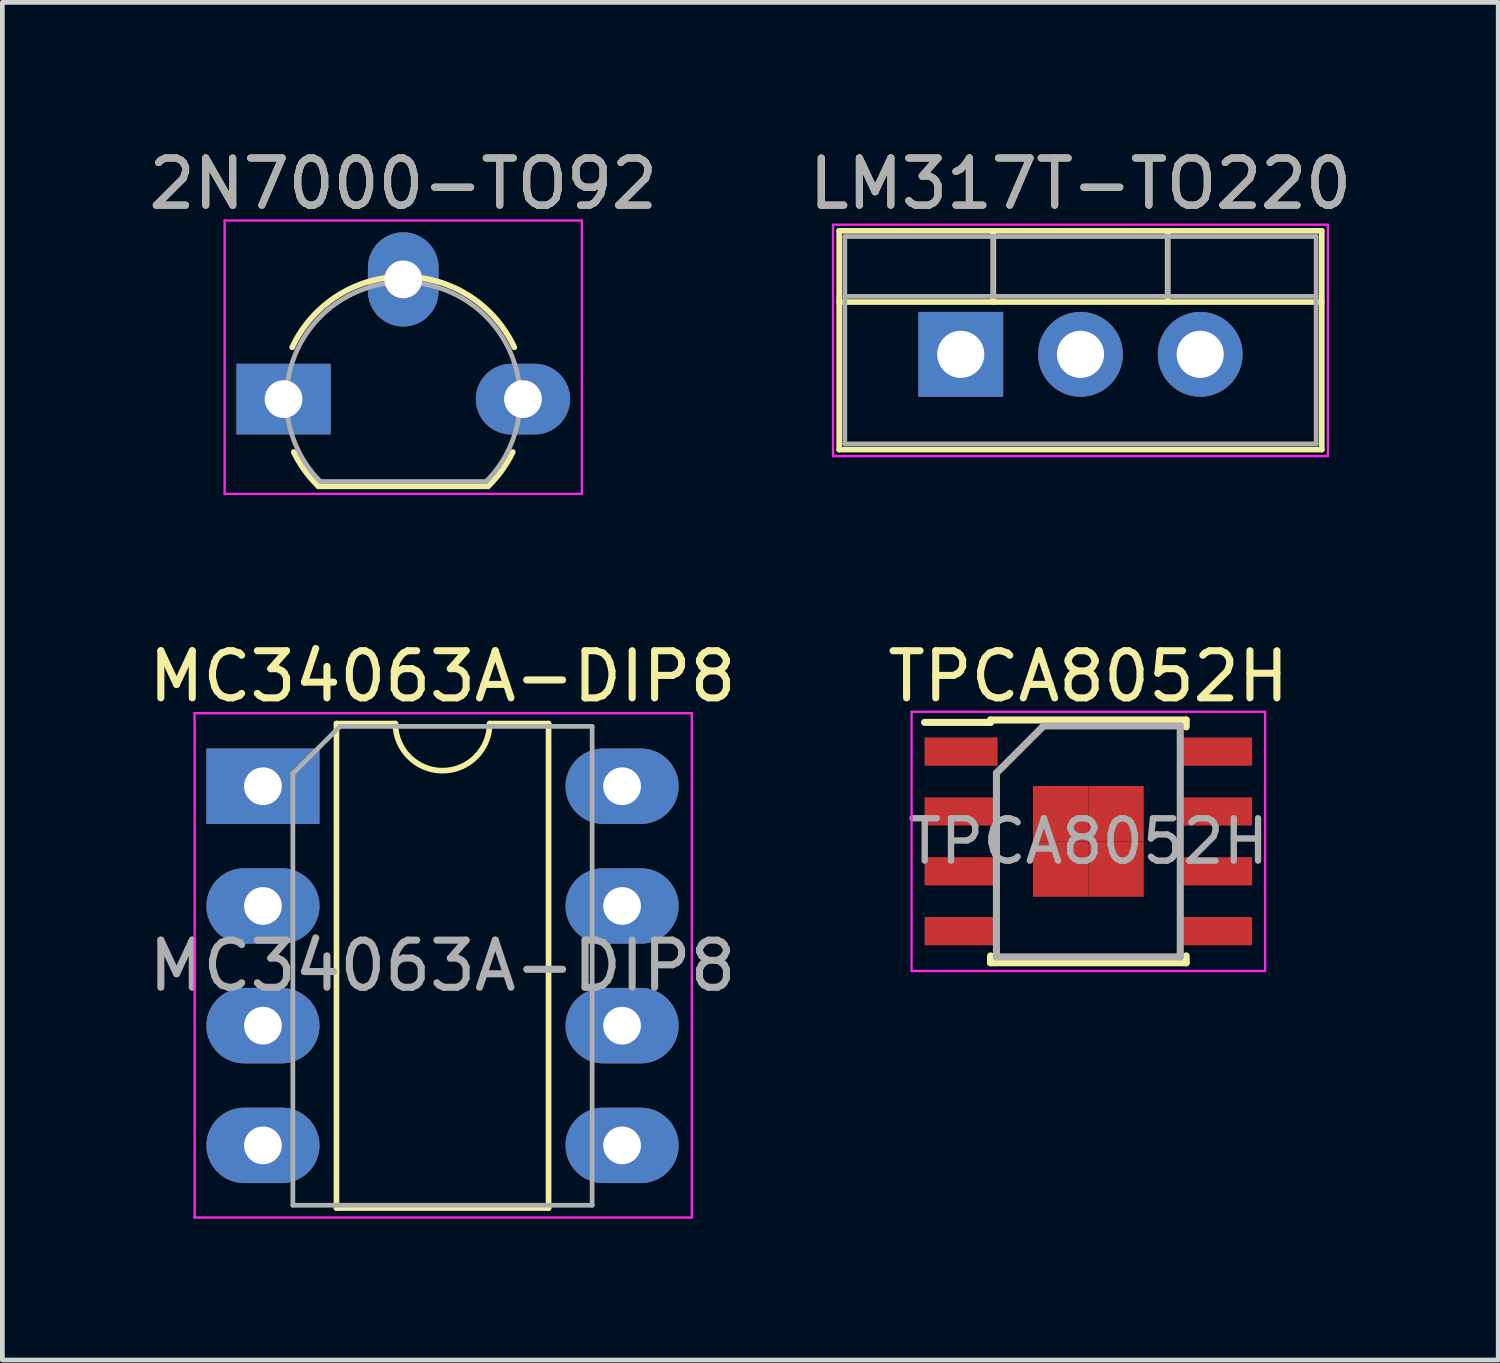
<source format=kicad_pcb>
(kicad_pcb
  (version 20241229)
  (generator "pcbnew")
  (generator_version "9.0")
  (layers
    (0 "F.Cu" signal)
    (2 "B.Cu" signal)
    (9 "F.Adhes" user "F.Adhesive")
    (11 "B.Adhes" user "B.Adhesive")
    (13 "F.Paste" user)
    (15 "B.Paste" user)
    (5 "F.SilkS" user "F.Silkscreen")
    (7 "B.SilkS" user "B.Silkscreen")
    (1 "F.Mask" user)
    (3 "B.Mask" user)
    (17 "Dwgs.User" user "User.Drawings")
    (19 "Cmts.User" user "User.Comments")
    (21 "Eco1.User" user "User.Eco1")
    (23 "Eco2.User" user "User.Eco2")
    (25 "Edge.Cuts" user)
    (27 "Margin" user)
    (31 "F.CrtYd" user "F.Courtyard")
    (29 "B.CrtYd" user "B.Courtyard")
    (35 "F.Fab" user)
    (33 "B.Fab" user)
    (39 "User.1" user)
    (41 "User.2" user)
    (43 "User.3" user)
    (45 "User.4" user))
  (footprint "LM317T-TO220"
    (layer "F.Cu")
    (at 17.335 4.468)
    (property "Reference" "LM317T-TO220" (at 2.54 -3.62 0) (layer "F.SilkS") (effects (font (size 1 1) (thickness 0.15))))
    (attr through_hole)
    (fp_line (start -2.58 -2.62) (end -2.58 2.021) (stroke (width 0.12) (type solid)) (layer "F.SilkS"))
    (fp_line (start -2.58 -2.62) (end 7.66 -2.62) (stroke (width 0.12) (type solid)) (layer "F.SilkS"))
    (fp_line (start -2.58 -1.11) (end 7.66 -1.11) (stroke (width 0.12) (type solid)) (layer "F.SilkS"))
    (fp_line (start -2.58 2.021) (end 7.66 2.021) (stroke (width 0.12) (type solid)) (layer "F.SilkS"))
    (fp_line (start 0.69 -2.62) (end 0.69 -1.11) (stroke (width 0.12) (type solid)) (layer "F.SilkS"))
    (fp_line (start 4.391 -2.62) (end 4.391 -1.11) (stroke (width 0.12) (type solid)) (layer "F.SilkS"))
    (fp_line (start 7.66 -2.62) (end 7.66 2.021) (stroke (width 0.12) (type solid)) (layer "F.SilkS"))
    (fp_line (start -2.71 -2.75) (end -2.71 2.16) (stroke (width 0.05) (type solid)) (layer "F.CrtYd"))
    (fp_line (start -2.71 2.16) (end 7.79 2.16) (stroke (width 0.05) (type solid)) (layer "F.CrtYd"))
    (fp_line (start 7.79 -2.75) (end -2.71 -2.75) (stroke (width 0.05) (type solid)) (layer "F.CrtYd"))
    (fp_line (start 7.79 2.16) (end 7.79 -2.75) (stroke (width 0.05) (type solid)) (layer "F.CrtYd"))
    (fp_line (start -2.46 -2.5) (end -2.46 1.9) (stroke (width 0.1) (type solid)) (layer "F.Fab"))
    (fp_line (start -2.46 -1.23) (end 7.54 -1.23) (stroke (width 0.1) (type solid)) (layer "F.Fab"))
    (fp_line (start -2.46 1.9) (end 7.54 1.9) (stroke (width 0.1) (type solid)) (layer "F.Fab"))
    (fp_line (start 0.69 -2.5) (end 0.69 -1.23) (stroke (width 0.1) (type solid)) (layer "F.Fab"))
    (fp_line (start 4.39 -2.5) (end 4.39 -1.23) (stroke (width 0.1) (type solid)) (layer "F.Fab"))
    (fp_line (start 7.54 -2.5) (end -2.46 -2.5) (stroke (width 0.1) (type solid)) (layer "F.Fab"))
    (fp_line (start 7.54 1.9) (end 7.54 -2.5) (stroke (width 0.1) (type solid)) (layer "F.Fab"))
    (fp_text user "${REFERENCE}" (at 2.54 -3.62 0) (layer "F.Fab") (effects (font (size 1 1) (thickness 0.15))))
    (pad "1" thru_hole rect (at 0 0) (size 1.8 1.8) (drill 1) (layers "*.Cu" "*.Mask"))
    (pad "2" thru_hole oval (at 2.54 0) (size 1.8 1.8) (drill 1) (layers "*.Cu" "*.Mask"))
    (pad "3" thru_hole oval (at 5.08 0) (size 1.8 1.8) (drill 1) (layers "*.Cu" "*.Mask")))
  (footprint "MC34063A-DIP8"
    (layer "F.Cu")
    (at 2.529 13.632)
    (property "Reference" "MC34063A-DIP8" (at 3.81 -2.33 0) (layer "F.SilkS") (effects (font (size 1 1) (thickness 0.15))))
    (attr through_hole)
    (fp_line (start 1.56 -1.33) (end 1.56 8.95) (stroke (width 0.12) (type solid)) (layer "F.SilkS"))
    (fp_line (start 1.56 8.95) (end 6.06 8.95) (stroke (width 0.12) (type solid)) (layer "F.SilkS"))
    (fp_line (start 2.81 -1.33) (end 1.56 -1.33) (stroke (width 0.12) (type solid)) (layer "F.SilkS"))
    (fp_line (start 6.06 -1.33) (end 4.81 -1.33) (stroke (width 0.12) (type solid)) (layer "F.SilkS"))
    (fp_line (start 6.06 8.95) (end 6.06 -1.33) (stroke (width 0.12) (type solid)) (layer "F.SilkS"))
    (fp_arc (start 4.81 -1.33) (mid 3.81 -0.33) (end 2.81 -1.33) (stroke (width 0.12) (type solid)) (layer "F.SilkS"))
    (fp_line (start -1.45 -1.55) (end -1.45 9.15) (stroke (width 0.05) (type solid)) (layer "F.CrtYd"))
    (fp_line (start -1.45 9.15) (end 9.1 9.15) (stroke (width 0.05) (type solid)) (layer "F.CrtYd"))
    (fp_line (start 9.1 -1.55) (end -1.45 -1.55) (stroke (width 0.05) (type solid)) (layer "F.CrtYd"))
    (fp_line (start 9.1 9.15) (end 9.1 -1.55) (stroke (width 0.05) (type solid)) (layer "F.CrtYd"))
    (fp_line (start 0.635 -0.27) (end 1.635 -1.27) (stroke (width 0.1) (type solid)) (layer "F.Fab"))
    (fp_line (start 0.635 8.89) (end 0.635 -0.27) (stroke (width 0.1) (type solid)) (layer "F.Fab"))
    (fp_line (start 1.635 -1.27) (end 6.985 -1.27) (stroke (width 0.1) (type solid)) (layer "F.Fab"))
    (fp_line (start 6.985 -1.27) (end 6.985 8.89) (stroke (width 0.1) (type solid)) (layer "F.Fab"))
    (fp_line (start 6.985 8.89) (end 0.635 8.89) (stroke (width 0.1) (type solid)) (layer "F.Fab"))
    (fp_text user "${REFERENCE}" (at 3.81 3.81 0) (layer "F.Fab") (effects (font (size 1 1) (thickness 0.15))))
    (pad "1" thru_hole rect (at 0 0) (size 2.4 1.6) (drill 0.8) (layers "*.Cu" "*.Mask"))
    (pad "2" thru_hole oval (at 0 2.54) (size 2.4 1.6) (drill 0.8) (layers "*.Cu" "*.Mask"))
    (pad "3" thru_hole oval (at 0 5.08) (size 2.4 1.6) (drill 0.8) (layers "*.Cu" "*.Mask"))
    (pad "4" thru_hole oval (at 0 7.62) (size 2.4 1.6) (drill 0.8) (layers "*.Cu" "*.Mask"))
    (pad "5" thru_hole oval (at 7.62 7.62) (size 2.4 1.6) (drill 0.8) (layers "*.Cu" "*.Mask"))
    (pad "6" thru_hole oval (at 7.62 5.08) (size 2.4 1.6) (drill 0.8) (layers "*.Cu" "*.Mask"))
    (pad "7" thru_hole oval (at 7.62 2.54) (size 2.4 1.6) (drill 0.8) (layers "*.Cu" "*.Mask"))
    (pad "8" thru_hole oval (at 7.62 0) (size 2.4 1.6) (drill 0.8) (layers "*.Cu" "*.Mask")))
  (footprint "TPCA8052H"
    (layer "F.Cu")
    (at 20.042 14.802)
    (property "Reference" "TPCA8052H" (at 0 -3.5 0) (layer "F.SilkS") (effects (font (size 1 1) (thickness 0.15))))
    (attr smd)
    (fp_line (start -2.075 -2.575) (end -2.075 -2.525) (stroke (width 0.15) (type solid)) (layer "F.SilkS"))
    (fp_line (start -2.075 -2.575) (end 2.075 -2.575) (stroke (width 0.15) (type solid)) (layer "F.SilkS"))
    (fp_line (start -2.075 -2.525) (end -3.475 -2.525) (stroke (width 0.15) (type solid)) (layer "F.SilkS"))
    (fp_line (start -2.075 2.575) (end -2.075 2.43) (stroke (width 0.15) (type solid)) (layer "F.SilkS"))
    (fp_line (start -2.075 2.575) (end 2.075 2.575) (stroke (width 0.15) (type solid)) (layer "F.SilkS"))
    (fp_line (start 2.075 -2.575) (end 2.075 -2.43) (stroke (width 0.15) (type solid)) (layer "F.SilkS"))
    (fp_line (start 2.075 2.575) (end 2.075 2.43) (stroke (width 0.15) (type solid)) (layer "F.SilkS"))
    (fp_line (start -3.75 -2.75) (end -3.75 2.75) (stroke (width 0.05) (type solid)) (layer "F.CrtYd"))
    (fp_line (start -3.75 -2.75) (end 3.75 -2.75) (stroke (width 0.05) (type solid)) (layer "F.CrtYd"))
    (fp_line (start -3.75 2.75) (end 3.75 2.75) (stroke (width 0.05) (type solid)) (layer "F.CrtYd"))
    (fp_line (start 3.75 -2.75) (end 3.75 2.75) (stroke (width 0.05) (type solid)) (layer "F.CrtYd"))
    (fp_line (start -1.95 -1.45) (end -0.95 -2.45) (stroke (width 0.15) (type solid)) (layer "F.Fab"))
    (fp_line (start -1.95 2.45) (end -1.95 -1.45) (stroke (width 0.15) (type solid)) (layer "F.Fab"))
    (fp_line (start -0.95 -2.45) (end 1.95 -2.45) (stroke (width 0.15) (type solid)) (layer "F.Fab"))
    (fp_line (start 1.95 -2.45) (end 1.95 2.45) (stroke (width 0.15) (type solid)) (layer "F.Fab"))
    (fp_line (start 1.95 2.45) (end -1.95 2.45) (stroke (width 0.15) (type solid)) (layer "F.Fab"))
    (fp_text user "${REFERENCE}" (at 0 0 0) (layer "F.Fab") (effects (font (size 0.9 0.9) (thickness 0.135))))
    (pad "1" smd rect (at -0.588 -0.588) (size 1.175 1.175) (layers "F.Cu" "F.Mask" "F.Paste"))
    (pad "1" smd rect (at -0.588 0.588) (size 1.175 1.175) (layers "F.Cu" "F.Mask" "F.Paste"))
    (pad "1" smd rect (at 0.588 -0.588) (size 1.175 1.175) (layers "F.Cu" "F.Mask" "F.Paste"))
    (pad "1" smd rect (at 0.588 0.588) (size 1.175 1.175) (layers "F.Cu" "F.Mask" "F.Paste"))
    (pad "1" smd rect (at 2.7 -1.905) (size 1.55 0.6) (layers "F.Cu" "F.Mask" "F.Paste"))
    (pad "1" smd rect (at 2.7 -0.635) (size 1.55 0.6) (layers "F.Cu" "F.Mask" "F.Paste"))
    (pad "1" smd rect (at 2.7 0.635) (size 1.55 0.6) (layers "F.Cu" "F.Mask" "F.Paste"))
    (pad "1" smd rect (at 2.7 1.905) (size 1.55 0.6) (layers "F.Cu" "F.Mask" "F.Paste"))
    (pad "2" smd rect (at -2.7 1.905) (size 1.55 0.6) (layers "F.Cu" "F.Mask" "F.Paste"))
    (pad "3" smd rect (at -2.7 -1.905) (size 1.55 0.6) (layers "F.Cu" "F.Mask" "F.Paste"))
    (pad "3" smd rect (at -2.7 -0.635) (size 1.55 0.6) (layers "F.Cu" "F.Mask" "F.Paste"))
    (pad "3" smd rect (at -2.7 0.635) (size 1.55 0.6) (layers "F.Cu" "F.Mask" "F.Paste")))
  (footprint "2N7000-TO92"
    (layer "F.Cu")
    (at 2.966 5.418)
    (property "Reference" "2N7000-TO92" (at 2.54 -4.57 0) (layer "F.SilkS") (effects (font (size 1 1) (thickness 0.15))))
    (attr through_hole)
    (fp_line (start 0.74 1.85) (end 4.34 1.85) (stroke (width 0.12) (type solid)) (layer "F.SilkS"))
    (fp_arc (start 0.1836 -1.098807) (mid 1.143021 -2.192817) (end 2.54 -2.6) (stroke (width 0.12) (type solid)) (layer "F.SilkS"))
    (fp_arc (start 0.74 1.85) (mid 0.446097 1.509328) (end 0.215816 1.122795) (stroke (width 0.12) (type solid)) (layer "F.SilkS"))
    (fp_arc (start 2.54 -2.6) (mid 3.936979 -2.192818) (end 4.8964 -1.098807) (stroke (width 0.12) (type solid)) (layer "F.SilkS"))
    (fp_arc (start 4.864184 1.122795) (mid 4.633903 1.509328) (end 4.34 1.85) (stroke (width 0.12) (type solid)) (layer "F.SilkS"))
    (fp_line (start -1.25 -3.79) (end -1.25 2.01) (stroke (width 0.05) (type solid)) (layer "F.CrtYd"))
    (fp_line (start -1.25 -3.79) (end 6.33 -3.79) (stroke (width 0.05) (type solid)) (layer "F.CrtYd"))
    (fp_line (start 6.33 2.01) (end -1.25 2.01) (stroke (width 0.05) (type solid)) (layer "F.CrtYd"))
    (fp_line (start 6.33 2.01) (end 6.33 -3.79) (stroke (width 0.05) (type solid)) (layer "F.CrtYd"))
    (fp_line (start 0.8 1.75) (end 4.3 1.75) (stroke (width 0.1) (type solid)) (layer "F.Fab"))
    (fp_arc (start 0.786375 1.753625) (mid 0.248779 -0.949055) (end 2.54 -2.48) (stroke (width 0.1) (type solid)) (layer "F.Fab"))
    (fp_arc (start 2.54 -2.48) (mid 4.831221 -0.949055) (end 4.293625 1.753625) (stroke (width 0.1) (type solid)) (layer "F.Fab"))
    (fp_text user "${REFERENCE}" (at 2.54 -4.57 0) (layer "F.Fab") (effects (font (size 1 1) (thickness 0.15))))
    (pad "1" thru_hole oval (at 5.08 0 90) (size 1.5 2) (drill 0.8) (layers "*.Cu" "*.Mask"))
    (pad "2" thru_hole oval (at 2.54 -2.54 90) (size 2 1.5) (drill 0.8) (layers "*.Cu" "*.Mask"))
    (pad "3" thru_hole rect (at 0 0 90) (size 1.5 2) (drill 0.8) (layers "*.Cu" "*.Mask")))
  (gr_rect
    (start -3 -3)
    (end 28.738 25.806)
    (stroke (width 0.1) (type default))
    (fill no)
    (layer "Edge.Cuts")))
</source>
